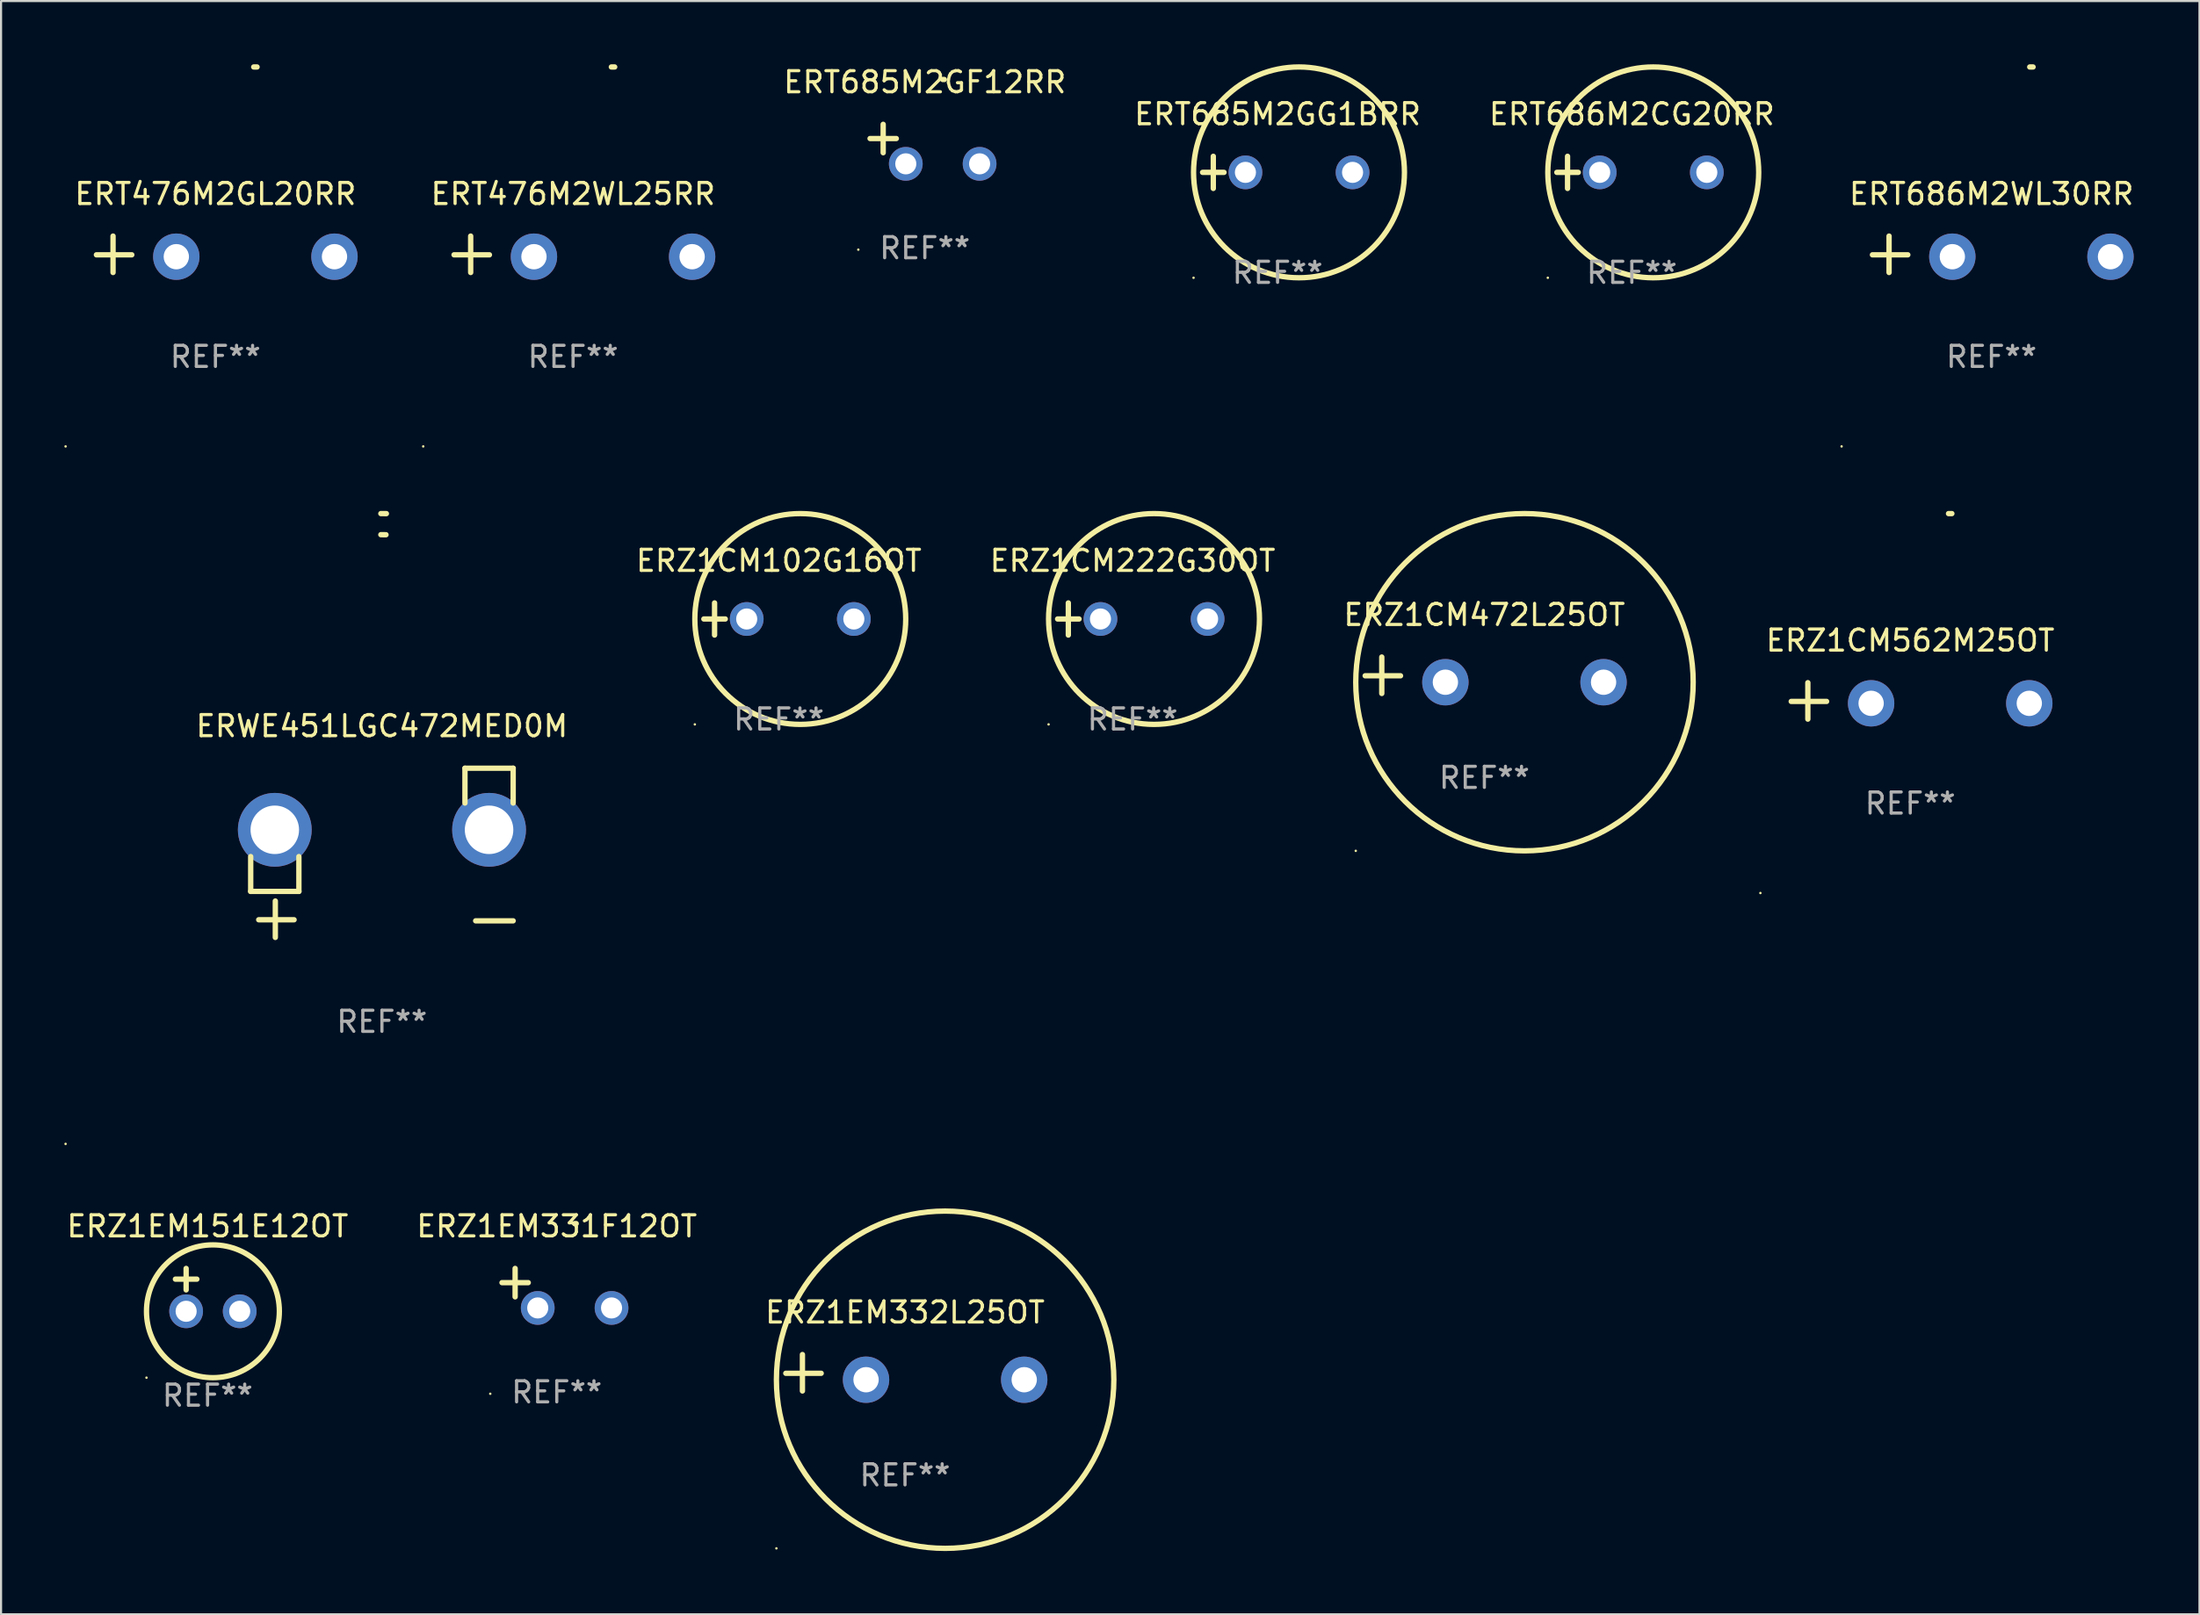
<source format=kicad_pcb>
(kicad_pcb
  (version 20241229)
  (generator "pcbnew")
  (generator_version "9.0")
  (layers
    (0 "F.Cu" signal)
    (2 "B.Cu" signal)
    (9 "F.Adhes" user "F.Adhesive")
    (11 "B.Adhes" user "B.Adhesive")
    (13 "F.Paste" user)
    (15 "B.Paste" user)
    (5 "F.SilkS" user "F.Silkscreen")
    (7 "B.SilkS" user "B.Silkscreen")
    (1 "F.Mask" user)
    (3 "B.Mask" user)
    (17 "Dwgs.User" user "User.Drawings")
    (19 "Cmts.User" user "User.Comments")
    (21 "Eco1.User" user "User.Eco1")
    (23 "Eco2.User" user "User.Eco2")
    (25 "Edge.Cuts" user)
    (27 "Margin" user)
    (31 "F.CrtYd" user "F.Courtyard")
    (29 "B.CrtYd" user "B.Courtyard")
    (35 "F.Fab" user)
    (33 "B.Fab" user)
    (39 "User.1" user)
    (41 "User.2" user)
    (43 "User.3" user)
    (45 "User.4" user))
  (footprint "ERZ1CM472L25OT"
    (layer "F.Cu")
    (at 67.334 28.983)
    (property "Reference" "ERZ1CM472L25OT" (at 0 -2.864 0) (layer "F.SilkS") (effects (font (size 1 1) (thickness 0.15))))
    (attr through_hole)
    (fp_line (start -4.864 0.864) (end -4.864 -0.864) (stroke (width 0.254) (type solid)) (layer "F.SilkS"))
    (fp_line (start -3.975 0.025) (end -5.652 0.025) (stroke (width 0.254) (type solid)) (layer "F.SilkS"))
    (fp_circle (center -6.098 8.33) (end -6.068 8.33) (stroke (width 0.06) (type solid)) (fill no) (layer "F.SilkS"))
    (fp_circle (center 1.902 0.33) (end 9.902 0.33) (stroke (width 0.254) (type solid)) (fill no) (layer "F.SilkS"))
    (fp_text user "REF**" (at 0 4.864 0) (layer "F.Fab") (effects (font (size 1 1) (thickness 0.15))))
    (pad "1" thru_hole circle (at -1.848 0.33) (size 2.2 2.2) (drill 1.2) (layers "*.Cu" "*.Mask"))
    (pad "2" thru_hole circle (at 5.652 0.33) (size 2.2 2.2) (drill 1.2) (layers "*.Cu" "*.Mask")))
  (footprint "ERT686M2CG20RR"
    (layer "F.Cu")
    (at 74.327 5.127)
    (property "Reference" "ERT686M2CG20RR" (at 0 -2.762 0) (layer "F.SilkS") (effects (font (size 1 1) (thickness 0.15))))
    (attr through_hole)
    (fp_line (start -3.556 0) (end -2.54 0) (stroke (width 0.254) (type solid)) (layer "F.SilkS"))
    (fp_line (start -3.048 -0.762) (end -3.048 0.762) (stroke (width 0.254) (type solid)) (layer "F.SilkS"))
    (fp_circle (center -3.984 5) (end -3.954 5) (stroke (width 0.06) (type solid)) (fill no) (layer "F.SilkS"))
    (fp_circle (center 1.016 0) (end 6.016 0) (stroke (width 0.254) (type solid)) (fill no) (layer "F.SilkS"))
    (fp_text user "REF**" (at 0 4.762 0) (layer "F.Fab") (effects (font (size 1 1) (thickness 0.15))))
    (pad "1" thru_hole circle (at -1.524 0) (size 1.6 1.6) (drill 1) (layers "*.Cu" "*.Mask"))
    (pad "2" thru_hole circle (at 3.556 0) (size 1.6 1.6) (drill 1) (layers "*.Cu" "*.Mask")))
  (footprint "ERWE451LGC472MED0M"
    (layer "F.Cu")
    (at 15.06 37.407)
    (property "Reference" "ERWE451LGC472MED0M" (at 0 -6.013 0) (layer "F.SilkS") (effects (font (size 1 1) (thickness 0.15))))
    (attr through_hole)
    (fp_line (start -6.223 0.178) (end -6.223 1.829) (stroke (width 0.254) (type solid)) (layer "F.SilkS"))
    (fp_line (start -6.223 1.829) (end -3.937 1.829) (stroke (width 0.254) (type solid)) (layer "F.SilkS"))
    (fp_line (start -5.055 4.013) (end -5.055 2.286) (stroke (width 0.254) (type solid)) (layer "F.SilkS"))
    (fp_line (start -4.166 3.175) (end -5.842 3.175) (stroke (width 0.254) (type solid)) (layer "F.SilkS"))
    (fp_line (start -3.937 1.829) (end -3.937 0.178) (stroke (width 0.254) (type solid)) (layer "F.SilkS"))
    (fp_line (start 3.937 -4.013) (end 3.937 -2.362) (stroke (width 0.254) (type solid)) (layer "F.SilkS"))
    (fp_line (start 6.223 -4.013) (end 3.937 -4.013) (stroke (width 0.254) (type solid)) (layer "F.SilkS"))
    (fp_line (start 6.223 -2.362) (end 6.223 -4.013) (stroke (width 0.254) (type solid)) (layer "F.SilkS"))
    (fp_line (start 6.223 3.226) (end 4.445 3.226) (stroke (width 0.254) (type solid)) (layer "F.SilkS"))
    (fp_arc (start -0.0508 -16.093472) (mid 0.080016 -16.092762) (end 0.210821 -16.090932) (stroke (width 0.254001) (type solid)) (layer "F.SilkS"))
    (fp_arc (start -0.0508 -15.09271) (mid 0.071125 -15.091961) (end 0.19304 -15.09017) (stroke (width 0.254001) (type solid)) (layer "F.SilkS"))
    (fp_circle (center -15 13.808) (end -14.97 13.808) (stroke (width 0.06) (type solid)) (fill no) (layer "F.SilkS"))
    (fp_text user "REF**" (at 0 8.013 0) (layer "F.Fab") (effects (font (size 1 1) (thickness 0.15))))
    (pad "1" thru_hole circle (at -5.08 -1.092) (size 3.5 3.5) (drill 2.3) (layers "*.Cu" "*.Mask"))
    (pad "2" thru_hole circle (at 5.08 -1.092) (size 3.5 3.5) (drill 2.3) (layers "*.Cu" "*.Mask")))
  (footprint "ERZ1CM562M25OT"
    (layer "F.Cu")
    (at 87.529 30.2)
    (property "Reference" "ERZ1CM562M25OT" (at 0 -2.864 0) (layer "F.SilkS") (effects (font (size 1 1) (thickness 0.15))))
    (attr through_hole)
    (fp_line (start -4.856 0.864) (end -4.856 -0.864) (stroke (width 0.254) (type solid)) (layer "F.SilkS"))
    (fp_line (start -3.967 0.025) (end -5.644 0.025) (stroke (width 0.254) (type solid)) (layer "F.SilkS"))
    (fp_arc (start 1.815024 -8.885649) (mid 1.893764 -8.88599) (end 1.972504 -8.885649) (stroke (width 0.254001) (type solid)) (layer "F.SilkS"))
    (fp_circle (center -7.106 9.114) (end -7.076 9.114) (stroke (width 0.06) (type solid)) (fill no) (layer "F.SilkS"))
    (fp_text user "REF**" (at 0 4.864 0) (layer "F.Fab") (effects (font (size 1 1) (thickness 0.15))))
    (pad "1" thru_hole circle (at -1.856 0.114) (size 2.2 2.2) (drill 1.2) (layers "*.Cu" "*.Mask"))
    (pad "2" thru_hole circle (at 5.644 0.114) (size 2.2 2.2) (drill 1.2) (layers "*.Cu" "*.Mask")))
  (footprint "ERT476M2GL20RR"
    (layer "F.Cu")
    (at 7.166 9.013)
    (property "Reference" "ERT476M2GL20RR" (at 0 -2.864 0) (layer "F.SilkS") (effects (font (size 1 1) (thickness 0.15))))
    (attr through_hole)
    (fp_line (start -4.856 0.864) (end -4.856 -0.864) (stroke (width 0.254) (type solid)) (layer "F.SilkS"))
    (fp_line (start -3.967 0.025) (end -5.644 0.025) (stroke (width 0.254) (type solid)) (layer "F.SilkS"))
    (fp_arc (start 1.815024 -8.885649) (mid 1.893764 -8.88599) (end 1.972504 -8.885649) (stroke (width 0.254001) (type solid)) (layer "F.SilkS"))
    (fp_circle (center -7.106 9.114) (end -7.076 9.114) (stroke (width 0.06) (type solid)) (fill no) (layer "F.SilkS"))
    (fp_text user "REF**" (at 0 4.864 0) (layer "F.Fab") (effects (font (size 1 1) (thickness 0.15))))
    (pad "1" thru_hole circle (at -1.856 0.114) (size 2.2 2.2) (drill 1.2) (layers "*.Cu" "*.Mask"))
    (pad "2" thru_hole circle (at 5.644 0.114) (size 2.2 2.2) (drill 1.2) (layers "*.Cu" "*.Mask")))
  (footprint "ERT476M2WL25RR"
    (layer "F.Cu")
    (at 24.124 9.013)
    (property "Reference" "ERT476M2WL25RR" (at 0 -2.864 0) (layer "F.SilkS") (effects (font (size 1 1) (thickness 0.15))))
    (attr through_hole)
    (fp_line (start -4.856 0.864) (end -4.856 -0.864) (stroke (width 0.254) (type solid)) (layer "F.SilkS"))
    (fp_line (start -3.967 0.025) (end -5.644 0.025) (stroke (width 0.254) (type solid)) (layer "F.SilkS"))
    (fp_arc (start 1.815024 -8.885649) (mid 1.893764 -8.88599) (end 1.972504 -8.885649) (stroke (width 0.254001) (type solid)) (layer "F.SilkS"))
    (fp_circle (center -7.106 9.114) (end -7.076 9.114) (stroke (width 0.06) (type solid)) (fill no) (layer "F.SilkS"))
    (fp_text user "REF**" (at 0 4.864 0) (layer "F.Fab") (effects (font (size 1 1) (thickness 0.15))))
    (pad "1" thru_hole circle (at -1.856 0.114) (size 2.2 2.2) (drill 1.2) (layers "*.Cu" "*.Mask"))
    (pad "2" thru_hole circle (at 5.644 0.114) (size 2.2 2.2) (drill 1.2) (layers "*.Cu" "*.Mask")))
  (footprint "ERZ1EM331F12OT"
    (layer "F.Cu")
    (at 23.351 58.06)
    (property "Reference" "ERZ1EM331F12OT" (at 0 -2.937 0) (layer "F.SilkS") (effects (font (size 1 1) (thickness 0.15))))
    (attr through_hole)
    (fp_line (start -1.975 0.41) (end -1.975 -0.937) (stroke (width 0.254) (type solid)) (layer "F.SilkS"))
    (fp_line (start -1.353 -0.263) (end -2.597 -0.263) (stroke (width 0.254) (type solid)) (layer "F.SilkS"))
    (fp_arc (start 0.849809 -3.063957) (mid 0.885369 -3.064114) (end 0.920929 -3.063957) (stroke (width 0.254001) (type solid)) (layer "F.SilkS"))
    (fp_circle (center -3.154 5.008) (end -3.124 5.008) (stroke (width 0.06) (type solid)) (fill no) (layer "F.SilkS"))
    (fp_text user "REF**" (at 0 4.937 0) (layer "F.Fab") (effects (font (size 1 1) (thickness 0.15))))
    (pad "1" thru_hole circle (at -0.903 0.937) (size 1.6 1.6) (drill 1) (layers "*.Cu" "*.Mask"))
    (pad "2" thru_hole circle (at 2.597 0.937) (size 1.6 1.6) (drill 1) (layers "*.Cu" "*.Mask")))
  (footprint "ERZ1CM102G16OT"
    (layer "F.Cu")
    (at 33.881 26.314)
    (property "Reference" "ERZ1CM102G16OT" (at 0 -2.762 0) (layer "F.SilkS") (effects (font (size 1 1) (thickness 0.15))))
    (attr through_hole)
    (fp_line (start -3.556 0) (end -2.54 0) (stroke (width 0.254) (type solid)) (layer "F.SilkS"))
    (fp_line (start -3.048 -0.762) (end -3.048 0.762) (stroke (width 0.254) (type solid)) (layer "F.SilkS"))
    (fp_circle (center -3.984 5) (end -3.954 5) (stroke (width 0.06) (type solid)) (fill no) (layer "F.SilkS"))
    (fp_circle (center 1.016 0) (end 6.016 0) (stroke (width 0.254) (type solid)) (fill no) (layer "F.SilkS"))
    (fp_text user "REF**" (at 0 4.762 0) (layer "F.Fab") (effects (font (size 1 1) (thickness 0.15))))
    (pad "1" thru_hole circle (at -1.524 0) (size 1.6 1.6) (drill 1) (layers "*.Cu" "*.Mask"))
    (pad "2" thru_hole circle (at 3.556 0) (size 1.6 1.6) (drill 1) (layers "*.Cu" "*.Mask")))
  (footprint "ERT685M2GF12RR"
    (layer "F.Cu")
    (at 40.803 3.785)
    (property "Reference" "ERT685M2GF12RR" (at 0 -2.937 0) (layer "F.SilkS") (effects (font (size 1 1) (thickness 0.15))))
    (attr through_hole)
    (fp_line (start -1.975 0.41) (end -1.975 -0.937) (stroke (width 0.254) (type solid)) (layer "F.SilkS"))
    (fp_line (start -1.353 -0.263) (end -2.597 -0.263) (stroke (width 0.254) (type solid)) (layer "F.SilkS"))
    (fp_arc (start 0.849809 -3.063957) (mid 0.885369 -3.064114) (end 0.920929 -3.063957) (stroke (width 0.254001) (type solid)) (layer "F.SilkS"))
    (fp_circle (center -3.154 5.008) (end -3.124 5.008) (stroke (width 0.06) (type solid)) (fill no) (layer "F.SilkS"))
    (fp_text user "REF**" (at 0 4.937 0) (layer "F.Fab") (effects (font (size 1 1) (thickness 0.15))))
    (pad "1" thru_hole circle (at -0.903 0.937) (size 1.6 1.6) (drill 1) (layers "*.Cu" "*.Mask"))
    (pad "2" thru_hole circle (at 2.597 0.937) (size 1.6 1.6) (drill 1) (layers "*.Cu" "*.Mask")))
  (footprint "ERT685M2GG1BRR"
    (layer "F.Cu")
    (at 57.529 5.127)
    (property "Reference" "ERT685M2GG1BRR" (at 0 -2.762 0) (layer "F.SilkS") (effects (font (size 1 1) (thickness 0.15))))
    (attr through_hole)
    (fp_line (start -3.556 0) (end -2.54 0) (stroke (width 0.254) (type solid)) (layer "F.SilkS"))
    (fp_line (start -3.048 -0.762) (end -3.048 0.762) (stroke (width 0.254) (type solid)) (layer "F.SilkS"))
    (fp_circle (center -3.984 5) (end -3.954 5) (stroke (width 0.06) (type solid)) (fill no) (layer "F.SilkS"))
    (fp_circle (center 1.016 0) (end 6.016 0) (stroke (width 0.254) (type solid)) (fill no) (layer "F.SilkS"))
    (fp_text user "REF**" (at 0 4.762 0) (layer "F.Fab") (effects (font (size 1 1) (thickness 0.15))))
    (pad "1" thru_hole circle (at -1.524 0) (size 1.6 1.6) (drill 1) (layers "*.Cu" "*.Mask"))
    (pad "2" thru_hole circle (at 3.556 0) (size 1.6 1.6) (drill 1) (layers "*.Cu" "*.Mask")))
  (footprint "ERZ1CM222G30OT"
    (layer "F.Cu")
    (at 50.655 26.314)
    (property "Reference" "ERZ1CM222G30OT" (at 0 -2.762 0) (layer "F.SilkS") (effects (font (size 1 1) (thickness 0.15))))
    (attr through_hole)
    (fp_line (start -3.556 0) (end -2.54 0) (stroke (width 0.254) (type solid)) (layer "F.SilkS"))
    (fp_line (start -3.048 -0.762) (end -3.048 0.762) (stroke (width 0.254) (type solid)) (layer "F.SilkS"))
    (fp_circle (center -3.984 5) (end -3.954 5) (stroke (width 0.06) (type solid)) (fill no) (layer "F.SilkS"))
    (fp_circle (center 1.016 0) (end 6.016 0) (stroke (width 0.254) (type solid)) (fill no) (layer "F.SilkS"))
    (fp_text user "REF**" (at 0 4.762 0) (layer "F.Fab") (effects (font (size 1 1) (thickness 0.15))))
    (pad "1" thru_hole circle (at -1.524 0) (size 1.6 1.6) (drill 1) (layers "*.Cu" "*.Mask"))
    (pad "2" thru_hole circle (at 3.556 0) (size 1.6 1.6) (drill 1) (layers "*.Cu" "*.Mask")))
  (footprint "ERZ1EM332L25OT"
    (layer "F.Cu")
    (at 39.863 62.072)
    (property "Reference" "ERZ1EM332L25OT" (at 0 -2.864 0) (layer "F.SilkS") (effects (font (size 1 1) (thickness 0.15))))
    (attr through_hole)
    (fp_line (start -4.864 0.864) (end -4.864 -0.864) (stroke (width 0.254) (type solid)) (layer "F.SilkS"))
    (fp_line (start -3.975 0.025) (end -5.652 0.025) (stroke (width 0.254) (type solid)) (layer "F.SilkS"))
    (fp_circle (center -6.098 8.33) (end -6.068 8.33) (stroke (width 0.06) (type solid)) (fill no) (layer "F.SilkS"))
    (fp_circle (center 1.902 0.33) (end 9.902 0.33) (stroke (width 0.254) (type solid)) (fill no) (layer "F.SilkS"))
    (fp_text user "REF**" (at 0 4.864 0) (layer "F.Fab") (effects (font (size 1 1) (thickness 0.15))))
    (pad "1" thru_hole circle (at -1.848 0.33) (size 2.2 2.2) (drill 1.2) (layers "*.Cu" "*.Mask"))
    (pad "2" thru_hole circle (at 5.652 0.33) (size 2.2 2.2) (drill 1.2) (layers "*.Cu" "*.Mask")))
  (footprint "ERZ1EM151E12OT"
    (layer "F.Cu")
    (at 6.792 58.139)
    (property "Reference" "ERZ1EM151E12OT" (at 0 -3.016 0) (layer "F.SilkS") (effects (font (size 1 1) (thickness 0.15))))
    (attr through_hole)
    (fp_line (start -1.524 -0.508) (end -0.508 -0.508) (stroke (width 0.254) (type solid)) (layer "F.SilkS"))
    (fp_line (start -1.016 -1.016) (end -1.016 0) (stroke (width 0.254) (type solid)) (layer "F.SilkS"))
    (fp_circle (center -2.896 4.166) (end -2.866 4.166) (stroke (width 0.06) (type solid)) (fill no) (layer "F.SilkS"))
    (fp_circle (center 0.254 1.016) (end 3.404 1.016) (stroke (width 0.254) (type solid)) (fill no) (layer "F.SilkS"))
    (fp_text user "REF**" (at 0 5.016 0) (layer "F.Fab") (effects (font (size 1 1) (thickness 0.15))))
    (pad "1" thru_hole circle (at -1.016 1.016) (size 1.6 1.6) (drill 1) (layers "*.Cu" "*.Mask"))
    (pad "2" thru_hole circle (at 1.524 1.016) (size 1.6 1.6) (drill 1) (layers "*.Cu" "*.Mask")))
  (footprint "ERT686M2WL30RR"
    (layer "F.Cu")
    (at 91.38 9.013)
    (property "Reference" "ERT686M2WL30RR" (at 0 -2.864 0) (layer "F.SilkS") (effects (font (size 1 1) (thickness 0.15))))
    (attr through_hole)
    (fp_line (start -4.856 0.864) (end -4.856 -0.864) (stroke (width 0.254) (type solid)) (layer "F.SilkS"))
    (fp_line (start -3.967 0.025) (end -5.644 0.025) (stroke (width 0.254) (type solid)) (layer "F.SilkS"))
    (fp_arc (start 1.815024 -8.885649) (mid 1.893764 -8.88599) (end 1.972504 -8.885649) (stroke (width 0.254001) (type solid)) (layer "F.SilkS"))
    (fp_circle (center -7.106 9.114) (end -7.076 9.114) (stroke (width 0.06) (type solid)) (fill no) (layer "F.SilkS"))
    (fp_text user "REF**" (at 0 4.864 0) (layer "F.Fab") (effects (font (size 1 1) (thickness 0.15))))
    (pad "1" thru_hole circle (at -1.856 0.114) (size 2.2 2.2) (drill 1.2) (layers "*.Cu" "*.Mask"))
    (pad "2" thru_hole circle (at 5.644 0.114) (size 2.2 2.2) (drill 1.2) (layers "*.Cu" "*.Mask")))
  (gr_rect
    (start -3 -3)
    (end 101.243 73.529)
    (stroke (width 0.1) (type default))
    (fill no)
    (layer "Edge.Cuts")))
</source>
